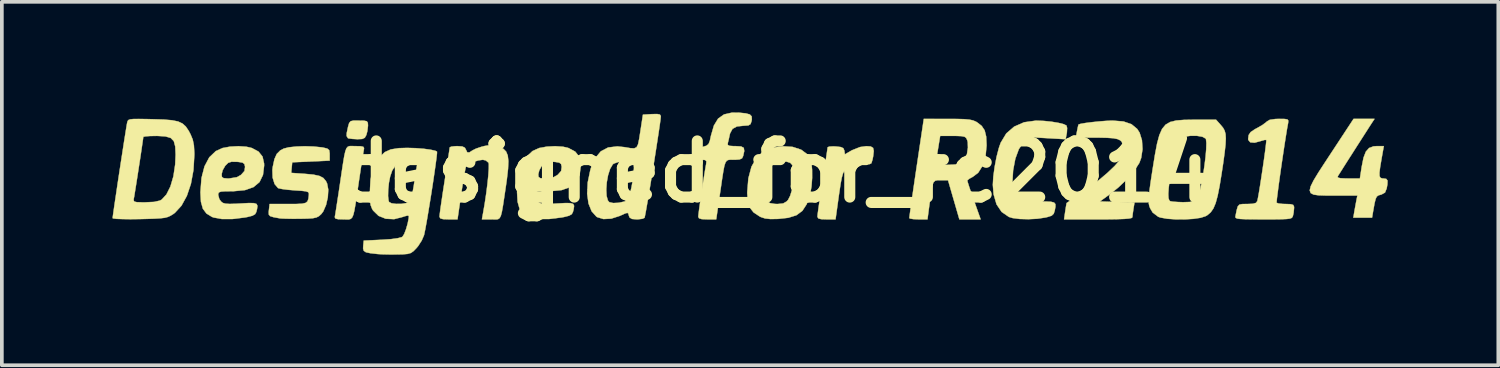
<source format=kicad_pcb>
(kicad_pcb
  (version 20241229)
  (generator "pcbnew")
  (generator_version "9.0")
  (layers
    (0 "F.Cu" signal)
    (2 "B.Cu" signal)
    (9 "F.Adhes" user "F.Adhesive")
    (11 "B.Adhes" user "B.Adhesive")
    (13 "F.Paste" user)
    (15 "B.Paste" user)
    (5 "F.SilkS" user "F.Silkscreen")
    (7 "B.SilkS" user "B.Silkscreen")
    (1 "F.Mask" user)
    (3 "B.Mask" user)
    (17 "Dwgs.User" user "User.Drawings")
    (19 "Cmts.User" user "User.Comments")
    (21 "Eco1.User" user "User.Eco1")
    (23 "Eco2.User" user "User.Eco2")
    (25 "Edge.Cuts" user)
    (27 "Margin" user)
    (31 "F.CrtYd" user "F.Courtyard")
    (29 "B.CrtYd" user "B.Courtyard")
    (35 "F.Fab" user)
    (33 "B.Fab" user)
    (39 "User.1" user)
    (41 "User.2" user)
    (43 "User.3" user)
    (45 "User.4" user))
  (footprint "designed_for_rc2014"
    (layer "F.Cu")
    (at 17.97 1.607)
    (property "Reference" "designed_for_rc2014" (at 0 0 0) (layer "F.SilkS") (effects (font (size 1.524 1.524) (thickness 0.3))))
    (attr through_hole)
    (fp_poly (pts (xy -11.291 -1.385) (xy -11.146 -1.383) (xy -11.07 -1.368) (xy -11.042 -1.327) (xy -11.037 -1.25) (xy -11.054 -1.103) (xy -11.082 -0.996) (xy -11.124 -0.92) (xy -11.194 -0.887) (xy -11.323 -0.881) (xy -11.325 -0.881) (xy -11.461 -0.889) (xy -11.562 -0.903) (xy -11.58 -0.908) (xy -11.617 -0.967) (xy -11.615 -1.043) (xy -11.579 -1.216) (xy -11.549 -1.319) (xy -11.507 -1.369) (xy -11.436 -1.385) (xy -11.319 -1.386) (xy -11.291 -1.385)) (stroke (width 0.01) (type solid)) (fill yes) (layer "F.SilkS"))
    (fp_poly (pts (xy -11.393 -0.693) (xy -11.379 -0.693) (xy -11.236 -0.69) (xy -11.164 -0.675) (xy -11.144 -0.639) (xy -11.151 -0.589) (xy -11.165 -0.51) (xy -11.19 -0.357) (xy -11.223 -0.148) (xy -11.26 0.1) (xy -11.29 0.3) (xy -11.338 0.626) (xy -11.375 0.873) (xy -11.406 1.05) (xy -11.435 1.17) (xy -11.467 1.243) (xy -11.506 1.281) (xy -11.557 1.295) (xy -11.625 1.295) (xy -11.704 1.293) (xy -11.848 1.289) (xy -11.919 1.272) (xy -11.938 1.235) (xy -11.935 1.212) (xy -11.922 1.141) (xy -11.899 0.996) (xy -11.868 0.793) (xy -11.83 0.549) (xy -11.8 0.346) (xy -11.751 0.012) (xy -11.712 -0.243) (xy -11.681 -0.428) (xy -11.652 -0.555) (xy -11.622 -0.635) (xy -11.585 -0.677) (xy -11.538 -0.694) (xy -11.475 -0.695) (xy -11.393 -0.693)) (stroke (width 0.01) (type solid)) (fill yes) (layer "F.SilkS"))
    (fp_poly (pts (xy 2.599 -0.684) (xy 2.664 -0.646) (xy 2.683 -0.561) (xy 2.666 -0.413) (xy 2.649 -0.328) (xy 2.618 -0.228) (xy 2.567 -0.203) (xy 2.535 -0.21) (xy 2.391 -0.223) (xy 2.212 -0.198) (xy 2.042 -0.144) (xy 1.928 -0.076) (xy 1.883 -0.022) (xy 1.846 0.053) (xy 1.814 0.167) (xy 1.782 0.336) (xy 1.746 0.576) (xy 1.734 0.658) (xy 1.646 1.293) (xy 1.4 1.293) (xy 1.255 1.288) (xy 1.18 1.268) (xy 1.156 1.227) (xy 1.155 1.212) (xy 1.162 1.143) (xy 1.182 0.998) (xy 1.211 0.793) (xy 1.248 0.544) (xy 1.291 0.267) (xy 1.293 0.254) (xy 1.336 -0.021) (xy 1.373 -0.264) (xy 1.403 -0.462) (xy 1.423 -0.598) (xy 1.431 -0.66) (xy 1.431 -0.661) (xy 1.473 -0.68) (xy 1.578 -0.686) (xy 1.651 -0.684) (xy 1.788 -0.668) (xy 1.857 -0.637) (xy 1.883 -0.577) (xy 1.885 -0.57) (xy 1.899 -0.47) (xy 2.092 -0.581) (xy 2.31 -0.668) (xy 2.482 -0.692) (xy 2.599 -0.684)) (stroke (width 0.01) (type solid)) (fill yes) (layer "F.SilkS"))
    (fp_poly (pts (xy 7.294 -1.377) (xy 7.5 -1.356) (xy 7.688 -1.325) (xy 7.834 -1.289) (xy 7.91 -1.252) (xy 7.928 -1.185) (xy 7.922 -1.069) (xy 7.919 -1.046) (xy 7.887 -0.88) (xy 7.388 -0.909) (xy 6.888 -0.937) (xy 6.749 -0.799) (xy 6.619 -0.613) (xy 6.523 -0.353) (xy 6.463 -0.036) (xy 6.445 0.264) (xy 6.448 0.475) (xy 6.467 0.624) (xy 6.518 0.72) (xy 6.613 0.775) (xy 6.768 0.801) (xy 6.996 0.808) (xy 7.114 0.808) (xy 7.341 0.809) (xy 7.489 0.816) (xy 7.574 0.837) (xy 7.61 0.88) (xy 7.611 0.951) (xy 7.592 1.054) (xy 7.564 1.141) (xy 7.508 1.194) (xy 7.396 1.23) (xy 7.335 1.244) (xy 7.117 1.277) (xy 6.877 1.289) (xy 6.644 1.283) (xy 6.45 1.258) (xy 6.35 1.228) (xy 6.152 1.092) (xy 6.013 0.886) (xy 5.933 0.612) (xy 5.913 0.356) (xy 5.926 0.134) (xy 5.962 -0.131) (xy 6.014 -0.403) (xy 6.077 -0.645) (xy 6.126 -0.785) (xy 6.277 -1.036) (xy 6.492 -1.222) (xy 6.761 -1.34) (xy 7.077 -1.384) (xy 7.094 -1.384) (xy 7.294 -1.377)) (stroke (width 0.01) (type solid)) (fill yes) (layer "F.SilkS"))
    (fp_poly (pts (xy 0.483 -0.672) (xy 0.713 -0.596) (xy 0.886 -0.468) (xy 0.958 -0.365) (xy 0.993 -0.239) (xy 1.01 -0.051) (xy 1.011 0.17) (xy 0.994 0.396) (xy 0.96 0.597) (xy 0.952 0.627) (xy 0.864 0.881) (xy 0.746 1.062) (xy 0.584 1.182) (xy 0.362 1.251) (xy 0.092 1.281) (xy -0.117 1.285) (xy -0.265 1.269) (xy -0.383 1.23) (xy -0.412 1.215) (xy -0.58 1.103) (xy -0.684 0.968) (xy -0.737 0.787) (xy -0.747 0.605) (xy -0.26 0.605) (xy -0.253 0.69) (xy -0.21 0.796) (xy -0.133 0.853) (xy 0.002 0.875) (xy 0.077 0.877) (xy 0.225 0.862) (xy 0.322 0.806) (xy 0.359 0.764) (xy 0.414 0.656) (xy 0.467 0.486) (xy 0.505 0.3) (xy 0.532 0.114) (xy 0.539 -0.007) (xy 0.526 -0.089) (xy 0.491 -0.159) (xy 0.488 -0.164) (xy 0.417 -0.24) (xy 0.317 -0.272) (xy 0.214 -0.277) (xy 0.036 -0.253) (xy -0.063 -0.191) (xy -0.116 -0.095) (xy -0.168 0.063) (xy -0.214 0.253) (xy -0.247 0.444) (xy -0.26 0.605) (xy -0.747 0.605) (xy -0.75 0.562) (xy -0.719 0.181) (xy -0.635 -0.134) (xy -0.498 -0.38) (xy -0.311 -0.554) (xy -0.088 -0.648) (xy 0.212 -0.69) (xy 0.483 -0.672)) (stroke (width 0.01) (type solid)) (fill yes) (layer "F.SilkS"))
    (fp_poly (pts (xy 9.456 -1.362) (xy 9.673 -1.288) (xy 9.828 -1.16) (xy 9.894 -1.058) (xy 9.958 -0.853) (xy 9.973 -0.61) (xy 9.937 -0.373) (xy 9.887 -0.238) (xy 9.751 -0.028) (xy 9.554 0.202) (xy 9.317 0.428) (xy 9.101 0.602) (xy 8.817 0.808) (xy 9.756 0.835) (xy 9.728 1.006) (xy 9.709 1.134) (xy 9.699 1.227) (xy 9.699 1.235) (xy 9.677 1.256) (xy 9.605 1.271) (xy 9.475 1.282) (xy 9.277 1.289) (xy 9.002 1.293) (xy 8.772 1.293) (xy 7.845 1.293) (xy 7.877 1.074) (xy 7.897 0.945) (xy 7.911 0.864) (xy 7.915 0.85) (xy 7.953 0.824) (xy 8.051 0.758) (xy 8.191 0.664) (xy 8.28 0.604) (xy 8.544 0.418) (xy 8.798 0.222) (xy 9.026 0.028) (xy 9.212 -0.149) (xy 9.341 -0.296) (xy 9.37 -0.338) (xy 9.45 -0.521) (xy 9.462 -0.687) (xy 9.405 -0.816) (xy 9.365 -0.852) (xy 9.293 -0.885) (xy 9.182 -0.907) (xy 9.014 -0.919) (xy 8.773 -0.924) (xy 8.713 -0.924) (xy 8.164 -0.924) (xy 8.196 -1.097) (xy 8.219 -1.21) (xy 8.235 -1.274) (xy 8.237 -1.279) (xy 8.295 -1.298) (xy 8.421 -1.32) (xy 8.592 -1.342) (xy 8.784 -1.362) (xy 8.973 -1.377) (xy 9.135 -1.385) (xy 9.168 -1.385) (xy 9.456 -1.362)) (stroke (width 0.01) (type solid)) (fill yes) (layer "F.SilkS"))
    (fp_poly (pts (xy 16.183 -1.305) (xy 16.128 -1.22) (xy 16.038 -1.079) (xy 15.922 -0.898) (xy 15.791 -0.694) (xy 15.656 -0.482) (xy 15.526 -0.279) (xy 15.413 -0.101) (xy 15.326 0.037) (xy 15.275 0.117) (xy 15.269 0.127) (xy 15.273 0.159) (xy 15.338 0.177) (xy 15.479 0.184) (xy 15.552 0.185) (xy 15.87 0.185) (xy 15.919 -0.132) (xy 15.968 -0.378) (xy 16.032 -0.544) (xy 16.119 -0.642) (xy 16.239 -0.687) (xy 16.324 -0.693) (xy 16.519 -0.693) (xy 16.459 -0.358) (xy 16.42 -0.128) (xy 16.401 0.026) (xy 16.403 0.119) (xy 16.428 0.167) (xy 16.476 0.183) (xy 16.51 0.185) (xy 16.586 0.196) (xy 16.62 0.243) (xy 16.616 0.345) (xy 16.597 0.454) (xy 16.551 0.567) (xy 16.454 0.62) (xy 16.438 0.624) (xy 16.374 0.642) (xy 16.329 0.674) (xy 16.297 0.74) (xy 16.268 0.856) (xy 16.235 1.043) (xy 16.229 1.074) (xy 16.2 1.247) (xy 15.692 1.247) (xy 15.721 1.074) (xy 15.749 0.92) (xy 15.775 0.781) (xy 15.776 0.774) (xy 15.802 0.647) (xy 15.182 0.647) (xy 14.938 0.647) (xy 14.749 0.641) (xy 14.615 0.622) (xy 14.535 0.58) (xy 14.509 0.508) (xy 14.535 0.397) (xy 14.613 0.239) (xy 14.742 0.026) (xy 14.922 -0.251) (xy 15.083 -0.496) (xy 15.698 -1.432) (xy 16.267 -1.432) (xy 16.183 -1.305)) (stroke (width 0.01) (type solid)) (fill yes) (layer "F.SilkS"))
    (fp_poly (pts (xy -12.51 -0.682) (xy -12.294 -0.66) (xy -12.261 -0.655) (xy -12.143 -0.627) (xy -12.09 -0.583) (xy -12.077 -0.495) (xy -12.077 -0.461) (xy -12.077 -0.3) (xy -13.093 -0.254) (xy -13.107 -0.111) (xy -13.12 0.033) (xy -12.754 0.058) (xy -12.519 0.08) (xy -12.357 0.115) (xy -12.25 0.17) (xy -12.18 0.253) (xy -12.147 0.32) (xy -12.115 0.487) (xy -12.127 0.693) (xy -12.175 0.903) (xy -12.252 1.08) (xy -12.308 1.153) (xy -12.37 1.208) (xy -12.437 1.242) (xy -12.533 1.263) (xy -12.68 1.273) (xy -12.874 1.277) (xy -13.082 1.278) (xy -13.266 1.275) (xy -13.399 1.269) (xy -13.439 1.264) (xy -13.601 1.234) (xy -13.691 1.206) (xy -13.728 1.165) (xy -13.731 1.095) (xy -13.725 1.04) (xy -13.706 0.877) (xy -13.201 0.877) (xy -12.973 0.876) (xy -12.82 0.868) (xy -12.727 0.846) (xy -12.677 0.803) (xy -12.654 0.733) (xy -12.643 0.647) (xy -12.641 0.59) (xy -12.661 0.555) (xy -12.721 0.533) (xy -12.839 0.519) (xy -13.023 0.507) (xy -13.211 0.491) (xy -13.366 0.471) (xy -13.463 0.45) (xy -13.478 0.444) (xy -13.571 0.335) (xy -13.624 0.163) (xy -13.631 -0.047) (xy -13.622 -0.124) (xy -13.576 -0.339) (xy -13.512 -0.482) (xy -13.417 -0.577) (xy -13.321 -0.627) (xy -13.184 -0.661) (xy -12.984 -0.682) (xy -12.75 -0.69) (xy -12.51 -0.682)) (stroke (width 0.01) (type solid)) (fill yes) (layer "F.SilkS"))
    (fp_poly (pts (xy -7.591 -0.718) (xy -7.474 -0.679) (xy -7.366 -0.622) (xy -7.291 -0.546) (xy -7.246 -0.438) (xy -7.229 -0.286) (xy -7.238 -0.076) (xy -7.27 0.205) (xy -7.295 0.381) (xy -7.341 0.692) (xy -7.376 0.923) (xy -7.405 1.087) (xy -7.433 1.195) (xy -7.466 1.258) (xy -7.508 1.288) (xy -7.564 1.296) (xy -7.64 1.294) (xy -7.695 1.293) (xy -7.947 1.293) (xy -7.916 1.124) (xy -7.871 0.865) (xy -7.831 0.597) (xy -7.798 0.339) (xy -7.774 0.108) (xy -7.761 -0.079) (xy -7.76 -0.203) (xy -7.767 -0.242) (xy -7.841 -0.305) (xy -7.923 -0.323) (xy -8.047 -0.305) (xy -8.189 -0.259) (xy -8.312 -0.201) (xy -8.377 -0.147) (xy -8.393 -0.087) (xy -8.419 0.047) (xy -8.452 0.239) (xy -8.489 0.471) (xy -8.507 0.596) (xy -8.609 1.293) (xy -8.854 1.293) (xy -8.999 1.288) (xy -9.073 1.268) (xy -9.097 1.226) (xy -9.097 1.212) (xy -9.09 1.143) (xy -9.071 0.998) (xy -9.041 0.793) (xy -9.004 0.544) (xy -8.961 0.267) (xy -8.959 0.254) (xy -8.917 -0.021) (xy -8.879 -0.264) (xy -8.849 -0.46) (xy -8.829 -0.596) (xy -8.821 -0.657) (xy -8.821 -0.658) (xy -8.78 -0.679) (xy -8.675 -0.691) (xy -8.616 -0.693) (xy -8.48 -0.684) (xy -8.409 -0.65) (xy -8.382 -0.6) (xy -8.345 -0.525) (xy -8.288 -0.522) (xy -8.203 -0.577) (xy -8.108 -0.625) (xy -7.963 -0.674) (xy -7.878 -0.696) (xy -7.714 -0.724) (xy -7.591 -0.718)) (stroke (width 0.01) (type solid)) (fill yes) (layer "F.SilkS"))
    (fp_poly (pts (xy -0.977 -1.601) (xy -0.79 -1.582) (xy -0.679 -1.552) (xy -0.629 -1.5) (xy -0.625 -1.415) (xy -0.632 -1.374) (xy -0.66 -1.291) (xy -0.718 -1.255) (xy -0.837 -1.247) (xy -0.84 -1.247) (xy -1.03 -1.227) (xy -1.15 -1.161) (xy -1.215 -1.04) (xy -1.224 -1.005) (xy -1.252 -0.874) (xy -1.277 -0.774) (xy -1.277 -0.726) (xy -1.232 -0.701) (xy -1.121 -0.693) (xy -1.065 -0.693) (xy -0.916 -0.684) (xy -0.843 -0.646) (xy -0.831 -0.559) (xy -0.86 -0.427) (xy -0.89 -0.363) (xy -0.954 -0.333) (xy -1.077 -0.323) (xy -1.111 -0.323) (xy -1.195 -0.325) (xy -1.257 -0.32) (xy -1.304 -0.299) (xy -1.34 -0.249) (xy -1.37 -0.158) (xy -1.398 -0.014) (xy -1.431 0.195) (xy -1.472 0.479) (xy -1.485 0.566) (xy -1.591 1.293) (xy -1.835 1.293) (xy -1.983 1.287) (xy -2.057 1.265) (xy -2.078 1.221) (xy -2.071 1.15) (xy -2.053 1.009) (xy -2.026 0.818) (xy -1.994 0.598) (xy -1.959 0.368) (xy -1.925 0.15) (xy -1.895 -0.035) (xy -1.872 -0.168) (xy -1.866 -0.196) (xy -1.857 -0.282) (xy -1.893 -0.317) (xy -1.996 -0.323) (xy -2.101 -0.33) (xy -2.139 -0.369) (xy -2.135 -0.469) (xy -2.134 -0.478) (xy -2.108 -0.586) (xy -2.044 -0.644) (xy -1.95 -0.674) (xy -1.856 -0.704) (xy -1.8 -0.75) (xy -1.764 -0.838) (xy -1.732 -0.983) (xy -1.654 -1.251) (xy -1.54 -1.439) (xy -1.379 -1.553) (xy -1.162 -1.602) (xy -0.977 -1.601)) (stroke (width 0.01) (type solid)) (fill yes) (layer "F.SilkS"))
    (fp_poly (pts (xy 4.687 -1.431) (xy 4.953 -1.43) (xy 5.145 -1.424) (xy 5.281 -1.411) (xy 5.377 -1.39) (xy 5.452 -1.358) (xy 5.481 -1.342) (xy 5.61 -1.242) (xy 5.691 -1.12) (xy 5.732 -0.953) (xy 5.743 -0.72) (xy 5.743 -0.71) (xy 5.715 -0.412) (xy 5.637 -0.162) (xy 5.516 0.028) (xy 5.37 0.139) (xy 5.271 0.193) (xy 5.221 0.236) (xy 5.22 0.24) (xy 5.234 0.294) (xy 5.273 0.417) (xy 5.332 0.589) (xy 5.401 0.783) (xy 5.582 1.293) (xy 5.005 1.293) (xy 4.851 0.762) (xy 4.697 0.231) (xy 4.501 0.231) (xy 4.413 0.232) (xy 4.35 0.245) (xy 4.306 0.285) (xy 4.274 0.365) (xy 4.247 0.499) (xy 4.218 0.702) (xy 4.197 0.863) (xy 4.14 1.293) (xy 3.894 1.293) (xy 3.757 1.287) (xy 3.667 1.272) (xy 3.647 1.258) (xy 3.653 1.206) (xy 3.671 1.073) (xy 3.699 0.873) (xy 3.736 0.616) (xy 3.78 0.315) (xy 3.829 -0.018) (xy 3.842 -0.104) (xy 3.854 -0.185) (xy 4.354 -0.185) (xy 4.685 -0.185) (xy 4.885 -0.194) (xy 5.035 -0.218) (xy 5.099 -0.245) (xy 5.163 -0.337) (xy 5.212 -0.484) (xy 5.237 -0.651) (xy 5.232 -0.803) (xy 5.218 -0.855) (xy 5.19 -0.914) (xy 5.145 -0.948) (xy 5.061 -0.964) (xy 4.917 -0.97) (xy 4.829 -0.97) (xy 4.484 -0.97) (xy 4.459 -0.82) (xy 4.437 -0.684) (xy 4.408 -0.51) (xy 4.394 -0.427) (xy 4.354 -0.185) (xy 3.854 -0.185) (xy 4.04 -1.432) (xy 4.687 -1.431)) (stroke (width 0.01) (type solid)) (fill yes) (layer "F.SilkS"))
    (fp_poly (pts (xy -14.338 -0.677) (xy -14.192 -0.643) (xy -14.006 -0.544) (xy -13.898 -0.408) (xy -13.856 -0.22) (xy -13.855 -0.165) (xy -13.886 0.088) (xy -13.98 0.282) (xy -14.142 0.418) (xy -14.375 0.5) (xy -14.683 0.53) (xy -14.72 0.53) (xy -14.907 0.532) (xy -15.021 0.54) (xy -15.078 0.56) (xy -15.099 0.595) (xy -15.101 0.632) (xy -15.07 0.744) (xy -15.022 0.811) (xy -14.973 0.848) (xy -14.902 0.868) (xy -14.79 0.875) (xy -14.615 0.87) (xy -14.491 0.863) (xy -14.274 0.851) (xy -14.135 0.853) (xy -14.06 0.876) (xy -14.036 0.928) (xy -14.048 1.016) (xy -14.067 1.093) (xy -14.1 1.153) (xy -14.174 1.195) (xy -14.311 1.23) (xy -14.382 1.243) (xy -14.717 1.284) (xy -15.003 1.284) (xy -15.226 1.243) (xy -15.271 1.226) (xy -15.42 1.134) (xy -15.517 1.004) (xy -15.569 0.818) (xy -15.583 0.562) (xy -15.583 0.556) (xy -15.554 0.173) (xy -15.529 0.075) (xy -15.009 0.075) (xy -14.999 0.144) (xy -14.953 0.176) (xy -14.845 0.185) (xy -14.808 0.185) (xy -14.593 0.15) (xy -14.482 0.087) (xy -14.388 -0.019) (xy -14.372 -0.132) (xy -14.39 -0.208) (xy -14.44 -0.246) (xy -14.548 -0.264) (xy -14.6 -0.268) (xy -14.741 -0.269) (xy -14.83 -0.24) (xy -14.904 -0.167) (xy -14.912 -0.158) (xy -14.98 -0.039) (xy -15.009 0.074) (xy -15.009 0.075) (xy -15.529 0.075) (xy -15.473 -0.143) (xy -15.343 -0.389) (xy -15.165 -0.559) (xy -14.982 -0.642) (xy -14.779 -0.679) (xy -14.551 -0.691) (xy -14.338 -0.677)) (stroke (width 0.01) (type solid)) (fill yes) (layer "F.SilkS"))
    (fp_poly (pts (xy -5.748 -0.677) (xy -5.603 -0.643) (xy -5.416 -0.544) (xy -5.308 -0.408) (xy -5.266 -0.22) (xy -5.265 -0.165) (xy -5.296 0.088) (xy -5.39 0.282) (xy -5.552 0.418) (xy -5.785 0.5) (xy -6.093 0.53) (xy -6.131 0.53) (xy -6.318 0.532) (xy -6.431 0.54) (xy -6.488 0.56) (xy -6.509 0.595) (xy -6.512 0.632) (xy -6.48 0.744) (xy -6.433 0.811) (xy -6.383 0.848) (xy -6.312 0.868) (xy -6.2 0.875) (xy -6.026 0.87) (xy -5.902 0.863) (xy -5.684 0.851) (xy -5.545 0.853) (xy -5.47 0.876) (xy -5.446 0.928) (xy -5.458 1.016) (xy -5.478 1.093) (xy -5.51 1.153) (xy -5.584 1.195) (xy -5.721 1.23) (xy -5.792 1.243) (xy -6.127 1.284) (xy -6.413 1.284) (xy -6.636 1.243) (xy -6.681 1.226) (xy -6.831 1.134) (xy -6.927 1.004) (xy -6.979 0.818) (xy -6.994 0.562) (xy -6.994 0.556) (xy -6.964 0.173) (xy -6.939 0.075) (xy -6.419 0.075) (xy -6.409 0.144) (xy -6.363 0.176) (xy -6.255 0.185) (xy -6.218 0.185) (xy -6.004 0.15) (xy -5.892 0.087) (xy -5.798 -0.019) (xy -5.782 -0.132) (xy -5.8 -0.208) (xy -5.85 -0.246) (xy -5.958 -0.264) (xy -6.01 -0.268) (xy -6.151 -0.269) (xy -6.24 -0.24) (xy -6.314 -0.167) (xy -6.322 -0.158) (xy -6.39 -0.039) (xy -6.419 0.074) (xy -6.419 0.075) (xy -6.939 0.075) (xy -6.883 -0.143) (xy -6.753 -0.389) (xy -6.575 -0.559) (xy -6.393 -0.642) (xy -6.189 -0.679) (xy -5.961 -0.691) (xy -5.748 -0.677)) (stroke (width 0.01) (type solid)) (fill yes) (layer "F.SilkS"))
    (fp_poly (pts (xy 13.825 -1.43) (xy 13.903 -1.418) (xy 13.929 -1.385) (xy 13.923 -1.321) (xy 13.92 -1.305) (xy 13.894 -1.163) (xy 13.862 -0.965) (xy 13.824 -0.724) (xy 13.784 -0.458) (xy 13.743 -0.181) (xy 13.704 0.091) (xy 13.669 0.343) (xy 13.641 0.559) (xy 13.62 0.724) (xy 13.611 0.822) (xy 13.611 0.843) (xy 13.664 0.863) (xy 13.778 0.875) (xy 13.857 0.877) (xy 13.994 0.882) (xy 14.061 0.902) (xy 14.083 0.948) (xy 14.085 0.981) (xy 14.072 1.115) (xy 14.056 1.189) (xy 14.043 1.227) (xy 14.019 1.255) (xy 13.97 1.273) (xy 13.882 1.284) (xy 13.742 1.29) (xy 13.537 1.293) (xy 13.253 1.293) (xy 13.253 1.293) (xy 12.969 1.292) (xy 12.764 1.289) (xy 12.626 1.283) (xy 12.544 1.272) (xy 12.503 1.254) (xy 12.492 1.229) (xy 12.494 1.212) (xy 12.528 1.041) (xy 12.558 0.941) (xy 12.603 0.893) (xy 12.68 0.878) (xy 12.807 0.877) (xy 12.813 0.877) (xy 12.966 0.871) (xy 13.05 0.847) (xy 13.086 0.799) (xy 13.087 0.797) (xy 13.105 0.713) (xy 13.132 0.564) (xy 13.164 0.367) (xy 13.199 0.14) (xy 13.235 -0.099) (xy 13.269 -0.333) (xy 13.298 -0.544) (xy 13.319 -0.714) (xy 13.331 -0.826) (xy 13.331 -0.862) (xy 13.28 -0.86) (xy 13.188 -0.833) (xy 13.014 -0.786) (xy 12.896 -0.796) (xy 12.842 -0.862) (xy 12.839 -0.889) (xy 12.853 -0.994) (xy 12.907 -1.074) (xy 13.019 -1.15) (xy 13.096 -1.191) (xy 13.225 -1.266) (xy 13.323 -1.338) (xy 13.344 -1.359) (xy 13.426 -1.407) (xy 13.577 -1.429) (xy 13.674 -1.432) (xy 13.825 -1.43)) (stroke (width 0.01) (type solid)) (fill yes) (layer "F.SilkS"))
    (fp_poly (pts (xy -3.119 -1.55) (xy -3.095 -1.511) (xy -3.094 -1.498) (xy -3.101 -1.427) (xy -3.121 -1.281) (xy -3.151 -1.075) (xy -3.19 -0.822) (xy -3.234 -0.537) (xy -3.282 -0.232) (xy -3.332 0.077) (xy -3.381 0.377) (xy -3.427 0.654) (xy -3.468 0.894) (xy -3.501 1.083) (xy -3.525 1.207) (xy -3.536 1.252) (xy -3.594 1.278) (xy -3.708 1.292) (xy -3.748 1.293) (xy -3.876 1.283) (xy -3.94 1.244) (xy -3.958 1.201) (xy -3.974 1.141) (xy -3.997 1.117) (xy -4.051 1.129) (xy -4.158 1.177) (xy -4.209 1.2) (xy -4.439 1.274) (xy -4.65 1.285) (xy -4.82 1.233) (xy -4.839 1.221) (xy -4.971 1.074) (xy -5.056 0.862) (xy -5.092 0.597) (xy -5.086 0.486) (xy -4.574 0.486) (xy -4.565 0.658) (xy -4.53 0.782) (xy -4.491 0.828) (xy -4.386 0.851) (xy -4.236 0.844) (xy -4.083 0.81) (xy -4.013 0.781) (xy -3.972 0.72) (xy -3.93 0.593) (xy -3.89 0.424) (xy -3.856 0.235) (xy -3.833 0.051) (xy -3.823 -0.106) (xy -3.832 -0.211) (xy -3.848 -0.241) (xy -3.956 -0.273) (xy -4.105 -0.278) (xy -4.257 -0.259) (xy -4.372 -0.218) (xy -4.399 -0.196) (xy -4.47 -0.075) (xy -4.525 0.096) (xy -4.56 0.29) (xy -4.574 0.486) (xy -5.086 0.486) (xy -5.077 0.294) (xy -5.009 -0.034) (xy -4.99 -0.1) (xy -4.875 -0.367) (xy -4.722 -0.551) (xy -4.523 -0.656) (xy -4.274 -0.686) (xy -4.075 -0.665) (xy -3.919 -0.638) (xy -3.816 -0.633) (xy -3.751 -0.663) (xy -3.711 -0.744) (xy -3.681 -0.888) (xy -3.65 -1.085) (xy -3.579 -1.547) (xy -3.337 -1.561) (xy -3.193 -1.564) (xy -3.119 -1.55)) (stroke (width 0.01) (type solid)) (fill yes) (layer "F.SilkS"))
    (fp_poly (pts (xy 12.103 -1.258) (xy 12.161 -1.187) (xy 12.201 -1.112) (xy 12.226 -1.021) (xy 12.233 -0.9) (xy 12.225 -0.737) (xy 12.201 -0.519) (xy 12.162 -0.232) (xy 12.121 0.038) (xy 12.065 0.384) (xy 12.012 0.65) (xy 11.958 0.85) (xy 11.897 0.996) (xy 11.825 1.1) (xy 11.737 1.176) (xy 11.682 1.208) (xy 11.548 1.251) (xy 11.349 1.28) (xy 11.114 1.294) (xy 10.869 1.293) (xy 10.643 1.277) (xy 10.463 1.245) (xy 10.401 1.224) (xy 10.249 1.109) (xy 10.179 0.99) (xy 10.156 0.927) (xy 10.142 0.858) (xy 10.138 0.771) (xy 10.146 0.65) (xy 10.151 0.607) (xy 10.672 0.607) (xy 10.678 0.718) (xy 10.7 0.78) (xy 10.726 0.801) (xy 10.8 0.814) (xy 10.935 0.823) (xy 11.072 0.828) (xy 11.255 0.822) (xy 11.372 0.796) (xy 11.444 0.748) (xy 11.485 0.668) (xy 11.529 0.519) (xy 11.574 0.318) (xy 11.616 0.086) (xy 11.653 -0.159) (xy 11.683 -0.397) (xy 11.701 -0.609) (xy 11.706 -0.777) (xy 11.695 -0.88) (xy 11.686 -0.898) (xy 11.595 -0.948) (xy 11.447 -0.973) (xy 11.274 -0.973) (xy 11.107 -0.949) (xy 10.979 -0.903) (xy 10.945 -0.877) (xy 10.877 -0.799) (xy 10.852 -0.75) (xy 10.845 -0.694) (xy 10.827 -0.565) (xy 10.8 -0.381) (xy 10.766 -0.16) (xy 10.76 -0.121) (xy 10.713 0.199) (xy 10.684 0.438) (xy 10.672 0.607) (xy 10.151 0.607) (xy 10.166 0.482) (xy 10.198 0.252) (xy 10.245 -0.053) (xy 10.249 -0.078) (xy 10.311 -0.462) (xy 10.368 -0.763) (xy 10.43 -0.993) (xy 10.504 -1.16) (xy 10.6 -1.276) (xy 10.724 -1.348) (xy 10.887 -1.388) (xy 11.097 -1.405) (xy 11.361 -1.409) (xy 11.395 -1.409) (xy 11.969 -1.409) (xy 12.103 -1.258)) (stroke (width 0.01) (type solid)) (fill yes) (layer "F.SilkS"))
    (fp_poly (pts (xy -17.036 -1.427) (xy -16.881 -1.423) (xy -16.58 -1.414) (xy -16.355 -1.395) (xy -16.191 -1.362) (xy -16.072 -1.307) (xy -15.98 -1.225) (xy -15.902 -1.109) (xy -15.852 -1.015) (xy -15.792 -0.871) (xy -15.76 -0.714) (xy -15.748 -0.507) (xy -15.748 -0.455) (xy -15.772 -0.045) (xy -15.841 0.33) (xy -15.951 0.656) (xy -16.097 0.922) (xy -16.274 1.115) (xy -16.321 1.15) (xy -16.394 1.195) (xy -16.466 1.228) (xy -16.553 1.251) (xy -16.673 1.265) (xy -16.842 1.275) (xy -17.077 1.282) (xy -17.234 1.286) (xy -17.482 1.289) (xy -17.694 1.286) (xy -17.854 1.28) (xy -17.947 1.269) (xy -17.965 1.261) (xy -17.958 1.203) (xy -17.939 1.069) (xy -17.911 0.872) (xy -17.897 0.781) (xy -17.396 0.781) (xy -17.375 0.812) (xy -17.308 0.827) (xy -17.176 0.831) (xy -17.075 0.831) (xy -16.84 0.82) (xy -16.685 0.785) (xy -16.635 0.759) (xy -16.505 0.618) (xy -16.397 0.402) (xy -16.316 0.126) (xy -16.268 -0.194) (xy -16.256 -0.464) (xy -16.266 -0.682) (xy -16.305 -0.828) (xy -16.389 -0.915) (xy -16.533 -0.957) (xy -16.751 -0.97) (xy -16.787 -0.97) (xy -16.953 -0.967) (xy -17.075 -0.958) (xy -17.132 -0.945) (xy -17.133 -0.943) (xy -17.14 -0.886) (xy -17.159 -0.756) (xy -17.186 -0.571) (xy -17.219 -0.35) (xy -17.256 -0.11) (xy -17.293 0.13) (xy -17.328 0.353) (xy -17.358 0.54) (xy -17.379 0.672) (xy -17.39 0.727) (xy -17.396 0.781) (xy -17.897 0.781) (xy -17.874 0.627) (xy -17.833 0.349) (xy -17.788 0.052) (xy -17.742 -0.249) (xy -17.697 -0.539) (xy -17.656 -0.806) (xy -17.62 -1.032) (xy -17.592 -1.206) (xy -17.574 -1.311) (xy -17.57 -1.331) (xy -17.558 -1.373) (xy -17.535 -1.402) (xy -17.485 -1.42) (xy -17.395 -1.429) (xy -17.251 -1.43) (xy -17.036 -1.427)) (stroke (width 0.01) (type solid)) (fill yes) (layer "F.SilkS"))
    (fp_poly (pts (xy -9.743 -0.638) (xy -9.524 -0.621) (xy -9.34 -0.596) (xy -9.211 -0.567) (xy -9.165 -0.544) (xy -9.166 -0.495) (xy -9.18 -0.369) (xy -9.205 -0.183) (xy -9.238 0.05) (xy -9.277 0.313) (xy -9.32 0.592) (xy -9.365 0.871) (xy -9.409 1.137) (xy -9.449 1.372) (xy -9.484 1.563) (xy -9.511 1.695) (xy -9.518 1.724) (xy -9.58 1.868) (xy -9.679 2.021) (xy -9.72 2.07) (xy -9.802 2.155) (xy -9.874 2.205) (xy -9.963 2.231) (xy -10.096 2.242) (xy -10.237 2.245) (xy -10.44 2.246) (xy -10.633 2.242) (xy -10.777 2.234) (xy -10.783 2.233) (xy -10.976 2.211) (xy -11.093 2.186) (xy -11.152 2.146) (xy -11.17 2.084) (xy -11.167 2.019) (xy -11.153 1.87) (xy -10.663 1.847) (xy -10.412 1.83) (xy -10.226 1.804) (xy -10.116 1.773) (xy -10.101 1.763) (xy -10.055 1.69) (xy -10.005 1.559) (xy -9.961 1.405) (xy -9.933 1.262) (xy -9.929 1.201) (xy -9.966 1.19) (xy -10.058 1.214) (xy -10.089 1.226) (xy -10.328 1.288) (xy -10.555 1.277) (xy -10.751 1.198) (xy -10.898 1.055) (xy -10.927 1.006) (xy -10.965 0.909) (xy -10.984 0.786) (xy -10.987 0.661) (xy -10.493 0.661) (xy -10.479 0.787) (xy -10.465 0.823) (xy -10.398 0.858) (xy -10.276 0.874) (xy -10.132 0.873) (xy -10.001 0.853) (xy -9.922 0.82) (xy -9.877 0.741) (xy -9.833 0.587) (xy -9.794 0.374) (xy -9.794 0.369) (xy -9.764 0.172) (xy -9.737 -0.004) (xy -9.716 -0.129) (xy -9.712 -0.15) (xy -9.701 -0.223) (xy -9.722 -0.261) (xy -9.793 -0.275) (xy -9.935 -0.277) (xy -9.938 -0.277) (xy -10.14 -0.255) (xy -10.281 -0.18) (xy -10.378 -0.037) (xy -10.436 0.13) (xy -10.47 0.303) (xy -10.489 0.49) (xy -10.493 0.661) (xy -10.987 0.661) (xy -10.988 0.613) (xy -10.981 0.437) (xy -10.964 0.212) (xy -10.938 0.047) (xy -10.893 -0.091) (xy -10.825 -0.231) (xy -10.71 -0.41) (xy -10.581 -0.531) (xy -10.418 -0.604) (xy -10.201 -0.638) (xy -9.976 -0.645) (xy -9.743 -0.638)) (stroke (width 0.01) (type solid)) (fill yes) (layer "F.SilkS")))
  (gr_rect
    (start -3 -3)
    (end 37.595 6.858)
    (stroke (width 0.1) (type default))
    (fill no)
    (layer "Edge.Cuts")))
</source>
